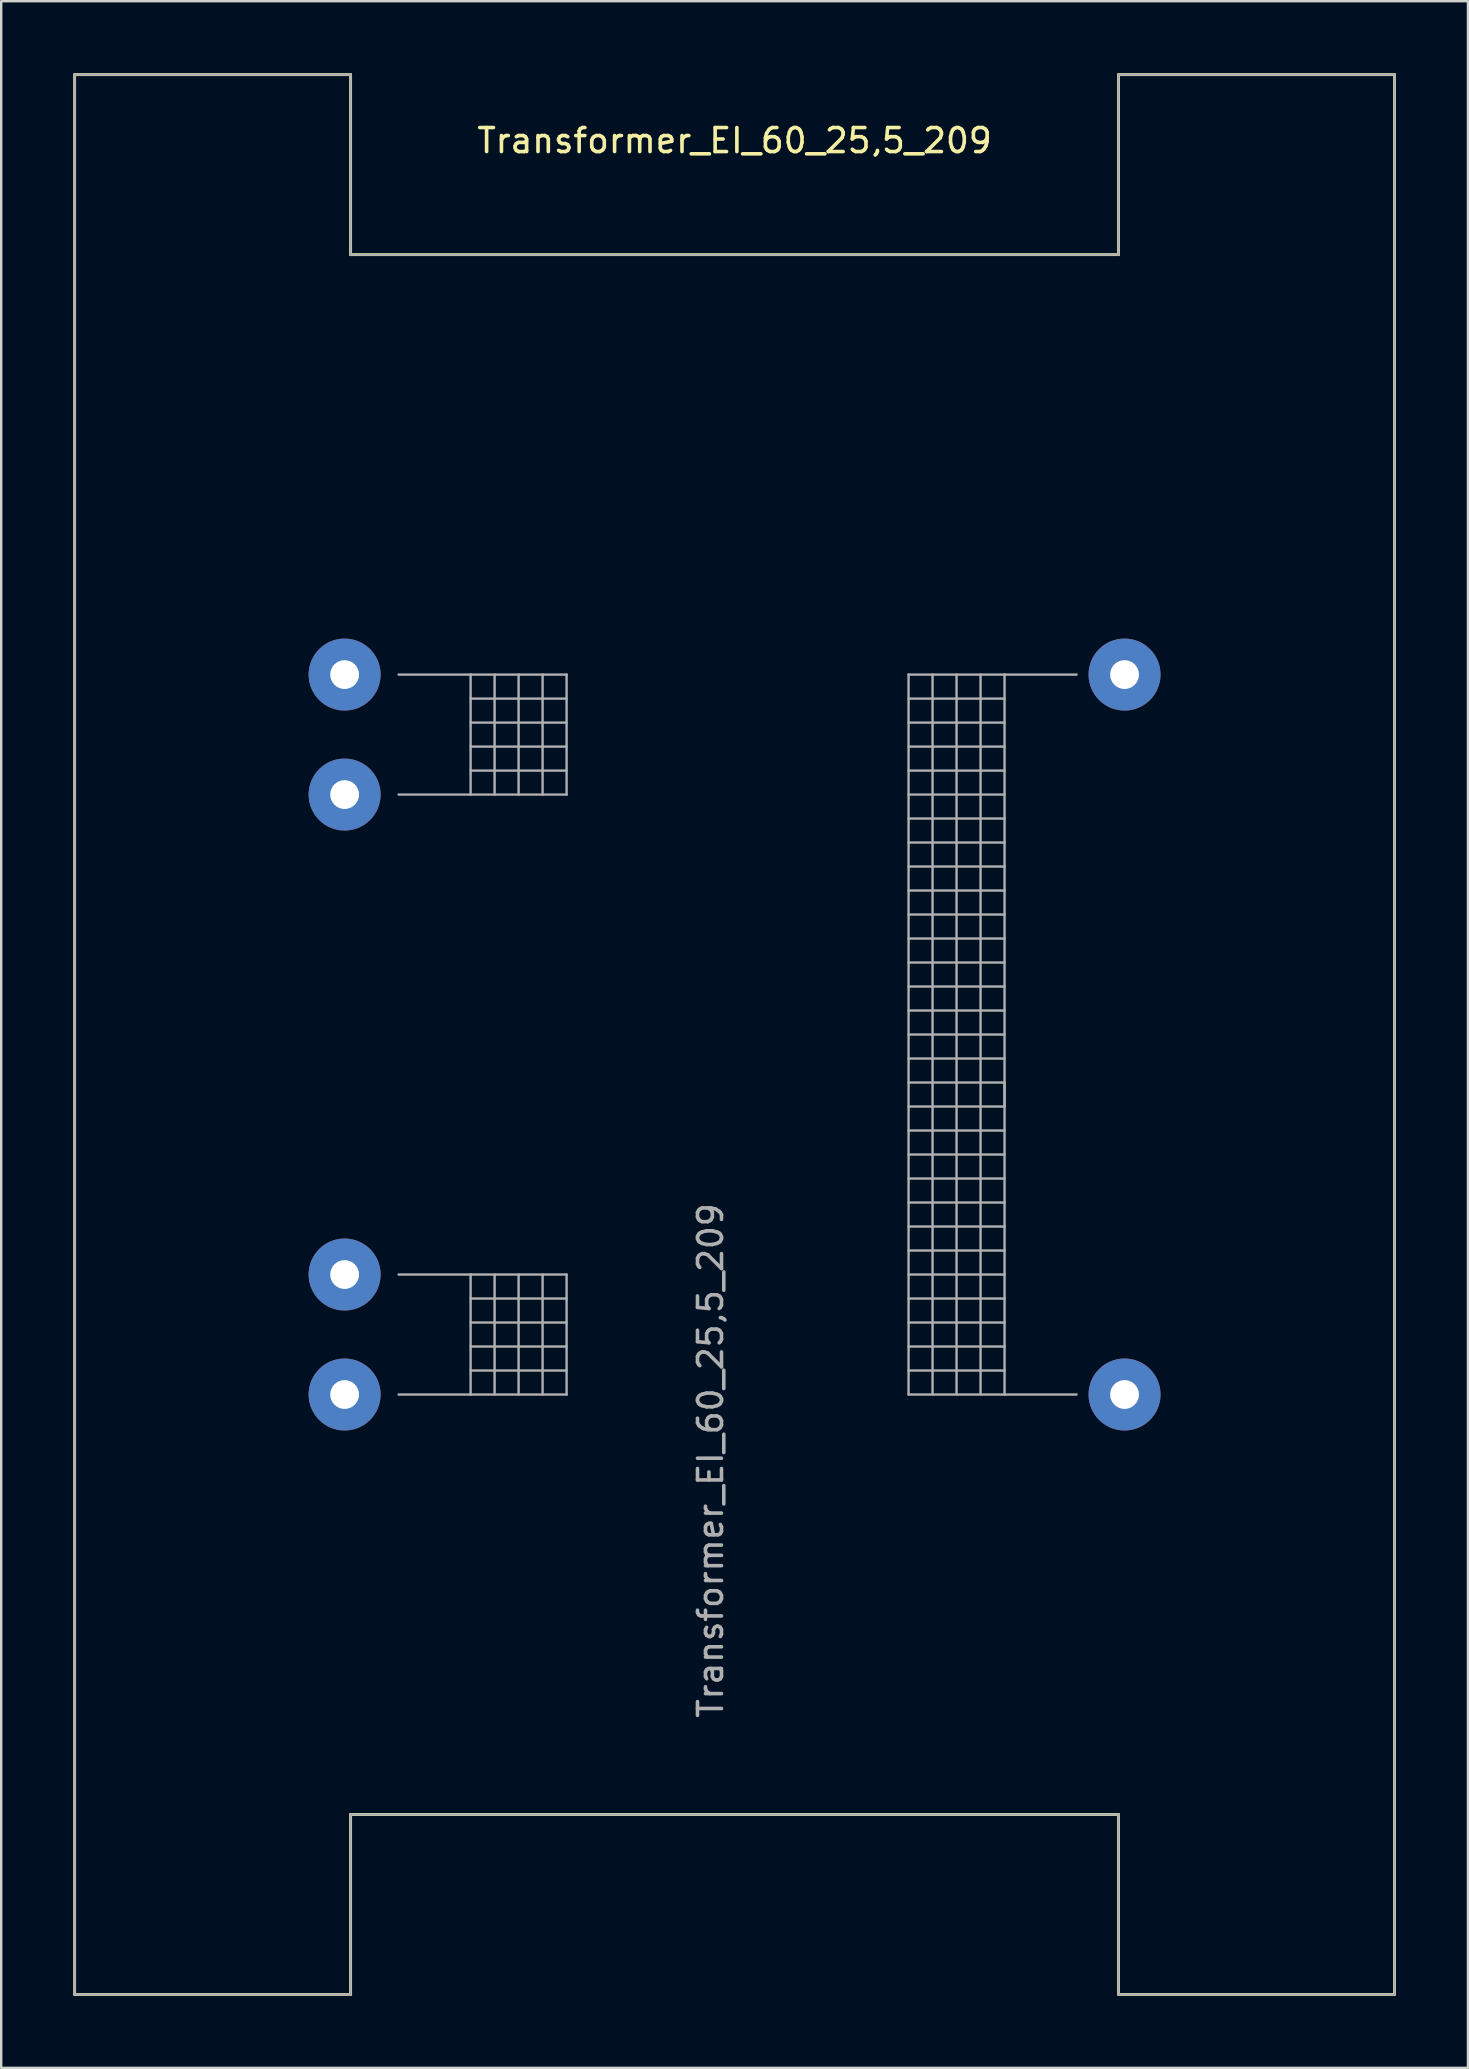
<source format=kicad_pcb>
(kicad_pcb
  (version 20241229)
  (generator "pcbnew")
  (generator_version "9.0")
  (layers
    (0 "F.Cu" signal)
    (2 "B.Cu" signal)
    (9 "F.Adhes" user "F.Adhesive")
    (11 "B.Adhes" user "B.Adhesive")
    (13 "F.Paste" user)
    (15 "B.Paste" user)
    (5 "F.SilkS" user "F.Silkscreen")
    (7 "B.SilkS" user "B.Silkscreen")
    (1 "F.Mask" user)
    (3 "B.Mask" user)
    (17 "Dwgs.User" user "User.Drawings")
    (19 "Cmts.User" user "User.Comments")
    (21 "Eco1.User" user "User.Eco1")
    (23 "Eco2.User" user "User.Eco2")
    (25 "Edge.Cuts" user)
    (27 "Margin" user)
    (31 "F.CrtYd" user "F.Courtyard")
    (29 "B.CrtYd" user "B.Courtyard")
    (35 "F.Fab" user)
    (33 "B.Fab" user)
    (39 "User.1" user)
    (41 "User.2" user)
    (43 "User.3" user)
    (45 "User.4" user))
  (footprint "Transformer_EI_60_25,5_209"
    (layer "F.Cu")
    (at 27.56 40.06)
    (property "Reference" "Transformer_EI_60_25,5_209" (at 0 -37.25 0) (layer "F.SilkS") (effects (font (size 1 1) (thickness 0.15))))
    (attr through_hole)
    (fp_line (start -27.5 -40) (end -16 -40) (stroke (width 0.12) (type default)) (layer "F.SilkS"))
    (fp_line (start -27.5 40) (end -27.5 -40) (stroke (width 0.12) (type default)) (layer "F.SilkS"))
    (fp_line (start -16 -40) (end -16 -32.5) (stroke (width 0.12) (type default)) (layer "F.SilkS"))
    (fp_line (start -16 -32.5) (end 16 -32.5) (stroke (width 0.12) (type default)) (layer "F.SilkS"))
    (fp_line (start -16 32.5) (end -16 40) (stroke (width 0.12) (type default)) (layer "F.SilkS"))
    (fp_line (start -16 40) (end -27.5 40) (stroke (width 0.12) (type default)) (layer "F.SilkS"))
    (fp_line (start 16 -40) (end 27.5 -40) (stroke (width 0.12) (type default)) (layer "F.SilkS"))
    (fp_line (start 16 -32.5) (end 16 -40) (stroke (width 0.12) (type default)) (layer "F.SilkS"))
    (fp_line (start 16 32.5) (end -16 32.5) (stroke (width 0.12) (type default)) (layer "F.SilkS"))
    (fp_line (start 16 40) (end 16 32.5) (stroke (width 0.12) (type default)) (layer "F.SilkS"))
    (fp_line (start 27.5 -40) (end 27.5 40) (stroke (width 0.12) (type default)) (layer "F.SilkS"))
    (fp_line (start 27.5 40) (end 16 40) (stroke (width 0.12) (type default)) (layer "F.SilkS"))
    (fp_line (start -27.5 -40) (end -16 -40) (stroke (width 0.1) (type default)) (layer "F.Fab"))
    (fp_line (start -27.5 40) (end -27.5 -40) (stroke (width 0.1) (type default)) (layer "F.Fab"))
    (fp_line (start -16 -40) (end -16 -32.5) (stroke (width 0.1) (type default)) (layer "F.Fab"))
    (fp_line (start -16 -32.5) (end 16 -32.5) (stroke (width 0.1) (type default)) (layer "F.Fab"))
    (fp_line (start -16 32.5) (end -16 40) (stroke (width 0.1) (type default)) (layer "F.Fab"))
    (fp_line (start -16 40) (end -27.5 40) (stroke (width 0.1) (type default)) (layer "F.Fab"))
    (fp_line (start -14 -10) (end -11 -10) (stroke (width 0.1) (type solid)) (layer "F.Fab"))
    (fp_line (start -14 15) (end -11 15) (stroke (width 0.1) (type solid)) (layer "F.Fab"))
    (fp_line (start -11 -15) (end -14 -15) (stroke (width 0.1) (type solid)) (layer "F.Fab"))
    (fp_line (start -11 -14) (end -7 -14) (stroke (width 0.1) (type solid)) (layer "F.Fab"))
    (fp_line (start -11 -12) (end -7 -12) (stroke (width 0.1) (type solid)) (layer "F.Fab"))
    (fp_line (start -11 -10) (end -11 -15) (stroke (width 0.1) (type solid)) (layer "F.Fab"))
    (fp_line (start -11 -10) (end -7 -10) (stroke (width 0.1) (type solid)) (layer "F.Fab"))
    (fp_line (start -11 10) (end -14 10) (stroke (width 0.1) (type solid)) (layer "F.Fab"))
    (fp_line (start -11 11) (end -7 11) (stroke (width 0.1) (type solid)) (layer "F.Fab"))
    (fp_line (start -11 13) (end -7 13) (stroke (width 0.1) (type solid)) (layer "F.Fab"))
    (fp_line (start -11 15) (end -11 10) (stroke (width 0.1) (type solid)) (layer "F.Fab"))
    (fp_line (start -11 15) (end -7 15) (stroke (width 0.1) (type solid)) (layer "F.Fab"))
    (fp_line (start -10 -15) (end -10 -10) (stroke (width 0.1) (type solid)) (layer "F.Fab"))
    (fp_line (start -10 10) (end -10 15) (stroke (width 0.1) (type solid)) (layer "F.Fab"))
    (fp_line (start -9 -10) (end -9 -15) (stroke (width 0.1) (type solid)) (layer "F.Fab"))
    (fp_line (start -9 15) (end -9 10) (stroke (width 0.1) (type solid)) (layer "F.Fab"))
    (fp_line (start -8 -15) (end -8 -10) (stroke (width 0.1) (type solid)) (layer "F.Fab"))
    (fp_line (start -8 10) (end -8 15) (stroke (width 0.1) (type solid)) (layer "F.Fab"))
    (fp_line (start -7 -15) (end -11 -15) (stroke (width 0.1) (type solid)) (layer "F.Fab"))
    (fp_line (start -7 -13) (end -11 -13) (stroke (width 0.1) (type solid)) (layer "F.Fab"))
    (fp_line (start -7 -11) (end -11 -11) (stroke (width 0.1) (type solid)) (layer "F.Fab"))
    (fp_line (start -7 -10) (end -7 -15) (stroke (width 0.1) (type solid)) (layer "F.Fab"))
    (fp_line (start -7 10) (end -11 10) (stroke (width 0.1) (type solid)) (layer "F.Fab"))
    (fp_line (start -7 12) (end -11 12) (stroke (width 0.1) (type solid)) (layer "F.Fab"))
    (fp_line (start -7 14) (end -11 14) (stroke (width 0.1) (type solid)) (layer "F.Fab"))
    (fp_line (start -7 15) (end -7 10) (stroke (width 0.1) (type solid)) (layer "F.Fab"))
    (fp_line (start 7.25 -15) (end 11.25 -15) (stroke (width 0.1) (type solid)) (layer "F.Fab"))
    (fp_line (start 7.25 -13) (end 11.25 -13) (stroke (width 0.1) (type solid)) (layer "F.Fab"))
    (fp_line (start 7.25 -11) (end 11.25 -11) (stroke (width 0.1) (type solid)) (layer "F.Fab"))
    (fp_line (start 7.25 -9) (end 11.25 -9) (stroke (width 0.1) (type solid)) (layer "F.Fab"))
    (fp_line (start 7.25 -7) (end 11.25 -7) (stroke (width 0.1) (type solid)) (layer "F.Fab"))
    (fp_line (start 7.25 -5) (end 11.25 -5) (stroke (width 0.1) (type solid)) (layer "F.Fab"))
    (fp_line (start 7.25 -3) (end 11.25 -3) (stroke (width 0.1) (type solid)) (layer "F.Fab"))
    (fp_line (start 7.25 -1) (end 11.25 -1) (stroke (width 0.1) (type solid)) (layer "F.Fab"))
    (fp_line (start 7.25 1) (end 11.25 1) (stroke (width 0.1) (type solid)) (layer "F.Fab"))
    (fp_line (start 7.25 3) (end 11.25 3) (stroke (width 0.1) (type solid)) (layer "F.Fab"))
    (fp_line (start 7.25 5) (end 11.25 5) (stroke (width 0.1) (type solid)) (layer "F.Fab"))
    (fp_line (start 7.25 7) (end 11.25 7) (stroke (width 0.1) (type solid)) (layer "F.Fab"))
    (fp_line (start 7.25 9) (end 11.25 9) (stroke (width 0.1) (type solid)) (layer "F.Fab"))
    (fp_line (start 7.25 11) (end 11.25 11) (stroke (width 0.1) (type solid)) (layer "F.Fab"))
    (fp_line (start 7.25 13) (end 11.25 13) (stroke (width 0.1) (type solid)) (layer "F.Fab"))
    (fp_line (start 7.25 15) (end 7.25 -15) (stroke (width 0.1) (type solid)) (layer "F.Fab"))
    (fp_line (start 8.25 -15) (end 8.25 15) (stroke (width 0.1) (type solid)) (layer "F.Fab"))
    (fp_line (start 9.25 15) (end 9.25 -15) (stroke (width 0.1) (type solid)) (layer "F.Fab"))
    (fp_line (start 10.25 -15) (end 10.25 15) (stroke (width 0.1) (type solid)) (layer "F.Fab"))
    (fp_line (start 11.25 -15) (end 14.25 -15) (stroke (width 0.1) (type solid)) (layer "F.Fab"))
    (fp_line (start 11.25 -14) (end 7.25 -14) (stroke (width 0.1) (type solid)) (layer "F.Fab"))
    (fp_line (start 11.25 -12) (end 7.25 -12) (stroke (width 0.1) (type solid)) (layer "F.Fab"))
    (fp_line (start 11.25 -10) (end 7.25 -10) (stroke (width 0.1) (type solid)) (layer "F.Fab"))
    (fp_line (start 11.25 -8) (end 7.25 -8) (stroke (width 0.1) (type solid)) (layer "F.Fab"))
    (fp_line (start 11.25 -6) (end 7.25 -6) (stroke (width 0.1) (type solid)) (layer "F.Fab"))
    (fp_line (start 11.25 -4) (end 7.25 -4) (stroke (width 0.1) (type solid)) (layer "F.Fab"))
    (fp_line (start 11.25 -2) (end 7.25 -2) (stroke (width 0.1) (type solid)) (layer "F.Fab"))
    (fp_line (start 11.25 0) (end 7.25 0) (stroke (width 0.1) (type solid)) (layer "F.Fab"))
    (fp_line (start 11.25 2) (end 7.25 2) (stroke (width 0.1) (type solid)) (layer "F.Fab"))
    (fp_line (start 11.25 3) (end 11.25 2) (stroke (width 0.1) (type solid)) (layer "F.Fab"))
    (fp_line (start 11.25 4) (end 7.25 4) (stroke (width 0.1) (type solid)) (layer "F.Fab"))
    (fp_line (start 11.25 6) (end 7.25 6) (stroke (width 0.1) (type solid)) (layer "F.Fab"))
    (fp_line (start 11.25 8) (end 7.25 8) (stroke (width 0.1) (type solid)) (layer "F.Fab"))
    (fp_line (start 11.25 10) (end 7.25 10) (stroke (width 0.1) (type solid)) (layer "F.Fab"))
    (fp_line (start 11.25 12) (end 7.25 12) (stroke (width 0.1) (type solid)) (layer "F.Fab"))
    (fp_line (start 11.25 14) (end 7.25 14) (stroke (width 0.1) (type solid)) (layer "F.Fab"))
    (fp_line (start 11.25 15) (end 7.25 15) (stroke (width 0.1) (type solid)) (layer "F.Fab"))
    (fp_line (start 11.25 15) (end 11.25 -15) (stroke (width 0.1) (type solid)) (layer "F.Fab"))
    (fp_line (start 14.25 15) (end 11.25 15) (stroke (width 0.1) (type solid)) (layer "F.Fab"))
    (fp_line (start 16 -40) (end 27.5 -40) (stroke (width 0.1) (type default)) (layer "F.Fab"))
    (fp_line (start 16 -32.5) (end 16 -40) (stroke (width 0.1) (type default)) (layer "F.Fab"))
    (fp_line (start 16 32.5) (end -16 32.5) (stroke (width 0.1) (type default)) (layer "F.Fab"))
    (fp_line (start 16 40) (end 16 32.5) (stroke (width 0.1) (type default)) (layer "F.Fab"))
    (fp_line (start 27.5 -40) (end 27.5 40) (stroke (width 0.1) (type default)) (layer "F.Fab"))
    (fp_line (start 27.5 40) (end 16 40) (stroke (width 0.1) (type default)) (layer "F.Fab"))
    (fp_text user "${REFERENCE}" (at -1 17.75 90) (layer "F.Fab") (effects (font (size 1 1) (thickness 0.15))))
    (pad "1" thru_hole circle (at 16.25 -15) (size 3 3) (drill 1.2) (layers "*.Cu" "*.Mask"))
    (pad "7" thru_hole circle (at 16.25 15) (size 3 3) (drill 1.2) (layers "*.Cu" "*.Mask"))
    (pad "8" thru_hole circle (at -16.25 15) (size 3 3) (drill 1.2) (layers "*.Cu" "*.Mask"))
    (pad "9" thru_hole circle (at -16.25 10) (size 3 3) (drill 1.2) (layers "*.Cu" "*.Mask"))
    (pad "13" thru_hole circle (at -16.25 -10) (size 3 3) (drill 1.2) (layers "*.Cu" "*.Mask"))
    (pad "14" thru_hole circle (at -16.25 -15) (size 3 3) (drill 1.2) (layers "*.Cu" "*.Mask")))
  (gr_rect
    (start -3 -3)
    (end 58.12 83.12)
    (stroke (width 0.1) (type default))
    (fill no)
    (layer "Edge.Cuts")))
</source>
